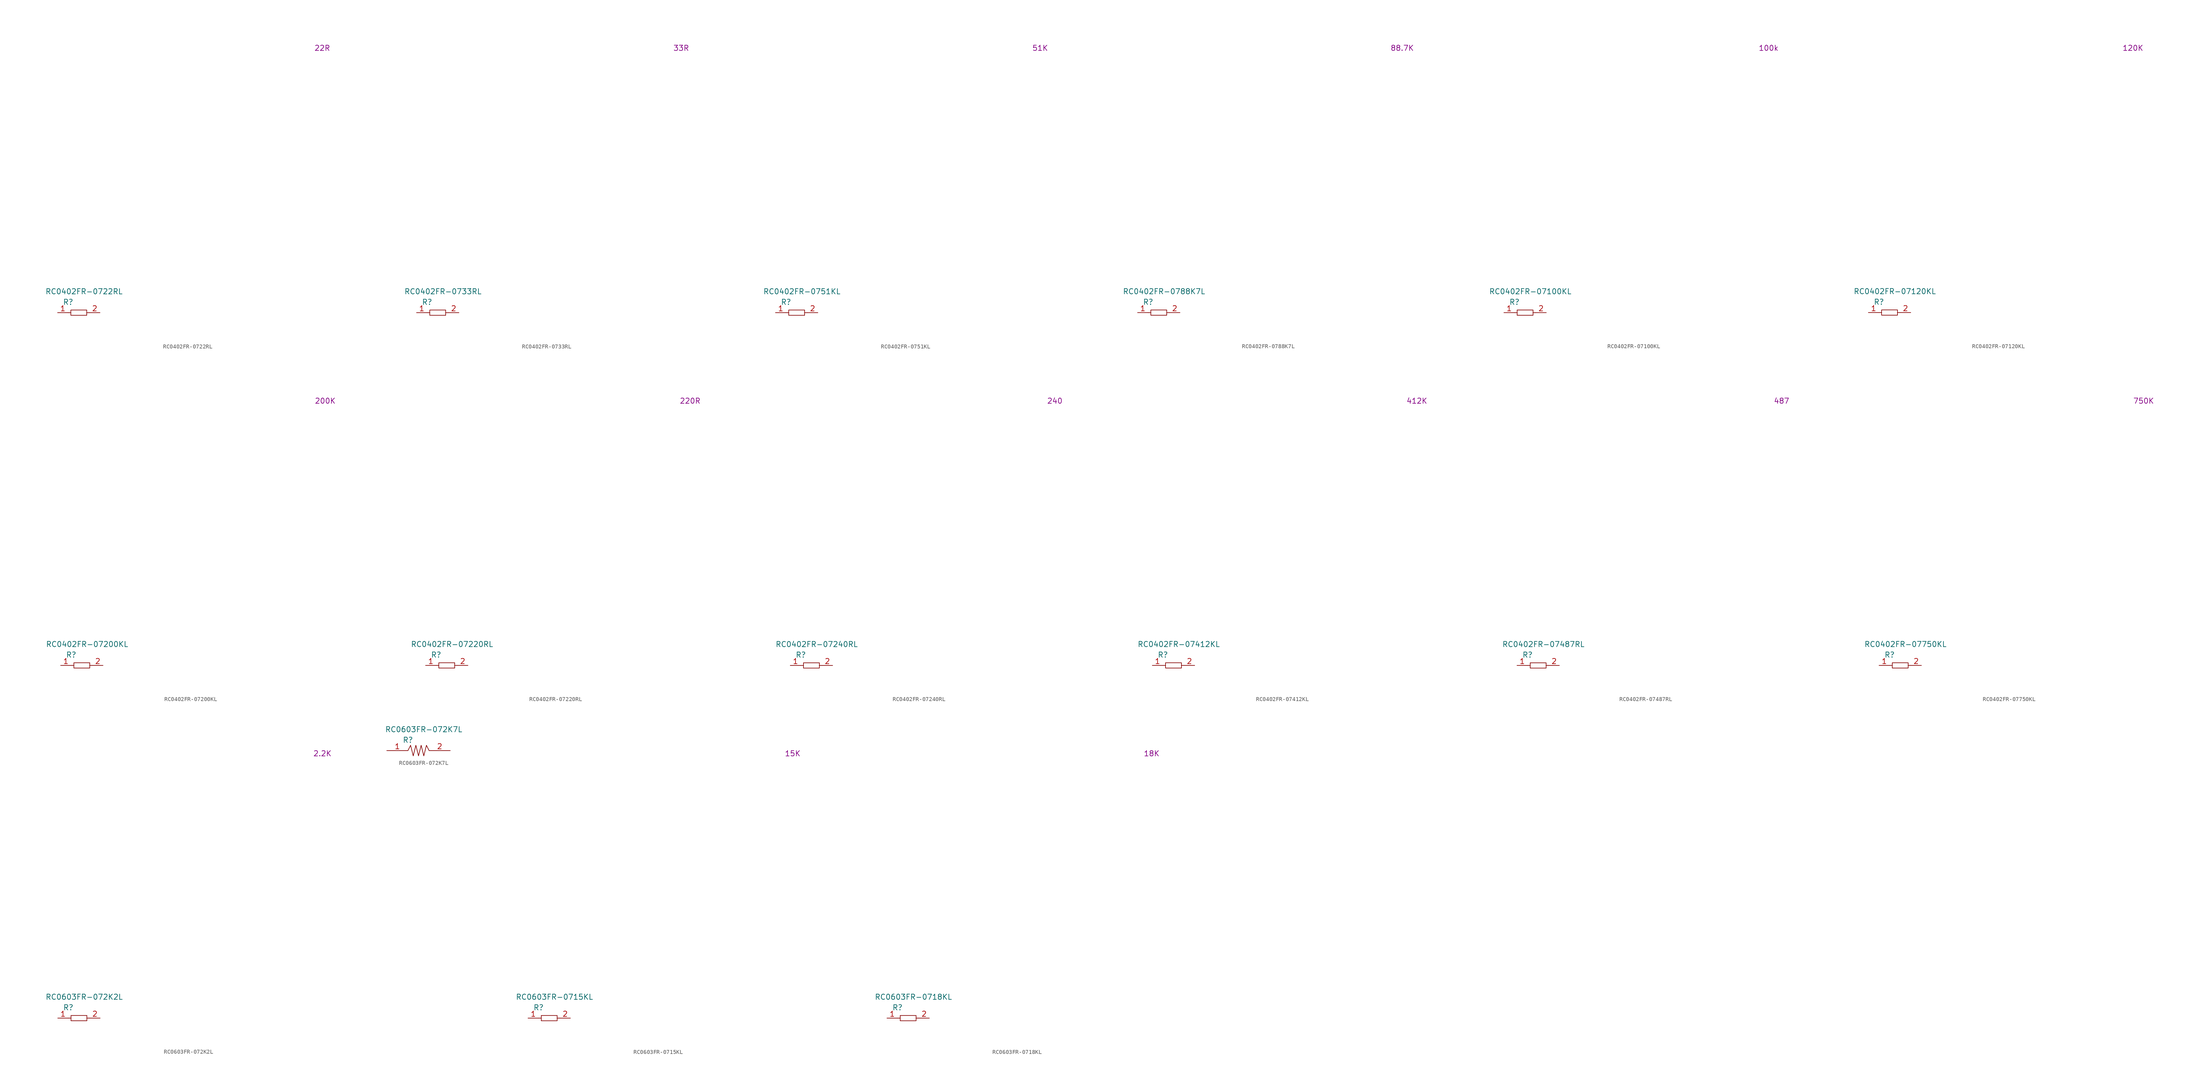
<source format=kicad_sym>
(kicad_symbol_lib
  (version 20231120)
  (generator "kicad_symbol_editor")
  (generator_version "8.0")
  (symbol "RC0402FR-0722RL"
    (pin_names
      (offset 1.016))
    (property "Reference" "R"
      (at -2.54 2.54 0)
      (effects (font (size 1.27 1.27))))
    (property "Value" "RC0402FR-0722RL"
      (at 1.27 5.08 0)
      (effects (font (size 1.27 1.27))))
    (property "_Value_" "22R"
      (at 58.42 63.5 0)
      (effects (font (size 1.27 1.27))))
    (symbol "RC0402FR-0722RL_0_1"
      (rectangle (start -1.905 0.635) (end 1.905 -0.635) (stroke (width 0) (type default)) (fill (type none)))
      (polyline (pts (xy -2.54 0) (xy -1.905 0)) (stroke (width 0) (type default)) (fill (type none)))
      (polyline (pts (xy -1.905 0) (xy -1.905 0)) (stroke (width 0) (type default)) (fill (type none)))
      (polyline (pts (xy 1.905 0) (xy 1.905 0)) (stroke (width 0) (type default)) (fill (type none)))
      (polyline (pts (xy 2.54 0) (xy 1.905 0)) (stroke (width 0) (type default)) (fill (type none))))
    (symbol "RC0402FR-0722RL_1_1"
      (pin passive line (at -5.08 0 0) (length 2.515) (name "~" (effects (font (size 1.27 1.27)))) (number "1" (effects (font (size 1.27 1.27)))))
      (pin passive line (at 5.08 0 180) (length 2.515) (name "~" (effects (font (size 1.27 1.27)))) (number "2" (effects (font (size 1.27 1.27)))))))
  (symbol "RC0402FR-0733RL"
    (pin_names
      (offset 1.016))
    (property "Reference" "R"
      (at -2.54 2.54 0)
      (effects (font (size 1.27 1.27))))
    (property "Value" "RC0402FR-0733RL"
      (at 1.27 5.08 0)
      (effects (font (size 1.27 1.27))))
    (property "_Value_" "33R"
      (at 58.42 63.5 0)
      (effects (font (size 1.27 1.27))))
    (symbol "RC0402FR-0733RL_0_1"
      (rectangle (start -1.905 0.635) (end 1.905 -0.635) (stroke (width 0) (type default)) (fill (type none)))
      (polyline (pts (xy -2.54 0) (xy -1.905 0)) (stroke (width 0) (type default)) (fill (type none)))
      (polyline (pts (xy -1.905 0) (xy -1.905 0)) (stroke (width 0) (type default)) (fill (type none)))
      (polyline (pts (xy 1.905 0) (xy 1.905 0)) (stroke (width 0) (type default)) (fill (type none)))
      (polyline (pts (xy 2.54 0) (xy 1.905 0)) (stroke (width 0) (type default)) (fill (type none))))
    (symbol "RC0402FR-0733RL_1_1"
      (pin passive line (at -5.08 0 0) (length 2.515) (name "~" (effects (font (size 1.27 1.27)))) (number "1" (effects (font (size 1.27 1.27)))))
      (pin passive line (at 5.08 0 180) (length 2.515) (name "~" (effects (font (size 1.27 1.27)))) (number "2" (effects (font (size 1.27 1.27)))))))
  (symbol "RC0402FR-0751KL"
    (pin_names
      (offset 1.016))
    (property "Reference" "R"
      (at -2.54 2.54 0)
      (effects (font (size 1.27 1.27))))
    (property "Value" "RC0402FR-0751KL"
      (at 1.27 5.08 0)
      (effects (font (size 1.27 1.27))))
    (property "_Value_" "51K"
      (at 58.42 63.5 0)
      (effects (font (size 1.27 1.27))))
    (symbol "RC0402FR-0751KL_0_1"
      (rectangle (start -1.905 0.635) (end 1.905 -0.635) (stroke (width 0) (type default)) (fill (type none)))
      (polyline (pts (xy -2.54 0) (xy -1.905 0)) (stroke (width 0) (type default)) (fill (type none)))
      (polyline (pts (xy -1.905 0) (xy -1.905 0)) (stroke (width 0) (type default)) (fill (type none)))
      (polyline (pts (xy 1.905 0) (xy 1.905 0)) (stroke (width 0) (type default)) (fill (type none)))
      (polyline (pts (xy 2.54 0) (xy 1.905 0)) (stroke (width 0) (type default)) (fill (type none))))
    (symbol "RC0402FR-0751KL_1_1"
      (pin passive line (at -5.08 0 0) (length 2.515) (name "~" (effects (font (size 1.27 1.27)))) (number "1" (effects (font (size 1.27 1.27)))))
      (pin passive line (at 5.08 0 180) (length 2.515) (name "~" (effects (font (size 1.27 1.27)))) (number "2" (effects (font (size 1.27 1.27)))))))
  (symbol "RC0402FR-0788K7L"
    (pin_names
      (offset 1.016))
    (property "Reference" "R"
      (at -2.54 2.54 0)
      (effects (font (size 1.27 1.27))))
    (property "Value" "RC0402FR-0788K7L"
      (at 1.27 5.08 0)
      (effects (font (size 1.27 1.27))))
    (property "_Value_" "88.7K"
      (at 58.42 63.5 0)
      (effects (font (size 1.27 1.27))))
    (symbol "RC0402FR-0788K7L_0_1"
      (rectangle (start -1.905 0.635) (end 1.905 -0.635) (stroke (width 0) (type default)) (fill (type none)))
      (polyline (pts (xy -2.54 0) (xy -1.905 0)) (stroke (width 0) (type default)) (fill (type none)))
      (polyline (pts (xy -1.905 0) (xy -1.905 0)) (stroke (width 0) (type default)) (fill (type none)))
      (polyline (pts (xy 1.905 0) (xy 1.905 0)) (stroke (width 0) (type default)) (fill (type none)))
      (polyline (pts (xy 2.54 0) (xy 1.905 0)) (stroke (width 0) (type default)) (fill (type none))))
    (symbol "RC0402FR-0788K7L_1_1"
      (pin passive line (at -5.08 0 0) (length 2.515) (name "~" (effects (font (size 1.27 1.27)))) (number "1" (effects (font (size 1.27 1.27)))))
      (pin passive line (at 5.08 0 180) (length 2.515) (name "~" (effects (font (size 1.27 1.27)))) (number "2" (effects (font (size 1.27 1.27)))))))
  (symbol "RC0402FR-07100KL"
    (pin_names
      (offset 1.016))
    (property "Reference" "R"
      (at -2.54 2.54 0)
      (effects (font (size 1.27 1.27))))
    (property "Value" "RC0402FR-07100KL"
      (at 1.27 5.08 0)
      (effects (font (size 1.27 1.27))))
    (property "_Value_" "100k"
      (at 58.42 63.5 0)
      (effects (font (size 1.27 1.27))))
    (symbol "RC0402FR-07100KL_0_1"
      (rectangle (start -1.905 0.635) (end 1.905 -0.635) (stroke (width 0) (type default)) (fill (type none)))
      (polyline (pts (xy -2.54 0) (xy -1.905 0)) (stroke (width 0) (type default)) (fill (type none)))
      (polyline (pts (xy -1.905 0) (xy -1.905 0)) (stroke (width 0) (type default)) (fill (type none)))
      (polyline (pts (xy 1.905 0) (xy 1.905 0)) (stroke (width 0) (type default)) (fill (type none)))
      (polyline (pts (xy 2.54 0) (xy 1.905 0)) (stroke (width 0) (type default)) (fill (type none))))
    (symbol "RC0402FR-07100KL_1_1"
      (pin passive line (at -5.08 0 0) (length 2.515) (name "~" (effects (font (size 1.27 1.27)))) (number "1" (effects (font (size 1.27 1.27)))))
      (pin passive line (at 5.08 0 180) (length 2.515) (name "~" (effects (font (size 1.27 1.27)))) (number "2" (effects (font (size 1.27 1.27)))))))
  (symbol "RC0402FR-07120KL"
    (pin_names
      (offset 1.016))
    (property "Reference" "R"
      (at -2.54 2.54 0)
      (effects (font (size 1.27 1.27))))
    (property "Value" "RC0402FR-07120KL"
      (at 1.27 5.08 0)
      (effects (font (size 1.27 1.27))))
    (property "_Value_" "120K"
      (at 58.42 63.5 0)
      (effects (font (size 1.27 1.27))))
    (symbol "RC0402FR-07120KL_0_1"
      (rectangle (start -1.905 0.635) (end 1.905 -0.635) (stroke (width 0) (type default)) (fill (type none)))
      (polyline (pts (xy -2.54 0) (xy -1.905 0)) (stroke (width 0) (type default)) (fill (type none)))
      (polyline (pts (xy -1.905 0) (xy -1.905 0)) (stroke (width 0) (type default)) (fill (type none)))
      (polyline (pts (xy 1.905 0) (xy 1.905 0)) (stroke (width 0) (type default)) (fill (type none)))
      (polyline (pts (xy 2.54 0) (xy 1.905 0)) (stroke (width 0) (type default)) (fill (type none))))
    (symbol "RC0402FR-07120KL_1_1"
      (pin passive line (at -5.08 0 0) (length 2.515) (name "~" (effects (font (size 1.27 1.27)))) (number "1" (effects (font (size 1.27 1.27)))))
      (pin passive line (at 5.08 0 180) (length 2.515) (name "~" (effects (font (size 1.27 1.27)))) (number "2" (effects (font (size 1.27 1.27)))))))
  (symbol "RC0402FR-07200KL"
    (pin_names
      (offset 1.016))
    (property "Reference" "R"
      (at -2.54 2.54 0)
      (effects (font (size 1.27 1.27))))
    (property "Value" "RC0402FR-07200KL"
      (at 1.27 5.08 0)
      (effects (font (size 1.27 1.27))))
    (property "_Value_" "200K"
      (at 58.42 63.5 0)
      (effects (font (size 1.27 1.27))))
    (symbol "RC0402FR-07200KL_0_1"
      (rectangle (start -1.905 0.635) (end 1.905 -0.635) (stroke (width 0) (type default)) (fill (type none)))
      (polyline (pts (xy -2.54 0) (xy -1.905 0)) (stroke (width 0) (type default)) (fill (type none)))
      (polyline (pts (xy -1.905 0) (xy -1.905 0)) (stroke (width 0) (type default)) (fill (type none)))
      (polyline (pts (xy 1.905 0) (xy 1.905 0)) (stroke (width 0) (type default)) (fill (type none)))
      (polyline (pts (xy 2.54 0) (xy 1.905 0)) (stroke (width 0) (type default)) (fill (type none))))
    (symbol "RC0402FR-07200KL_1_1"
      (pin passive line (at -5.08 0 0) (length 2.515) (name "~" (effects (font (size 1.27 1.27)))) (number "1" (effects (font (size 1.27 1.27)))))
      (pin passive line (at 5.08 0 180) (length 2.515) (name "~" (effects (font (size 1.27 1.27)))) (number "2" (effects (font (size 1.27 1.27)))))))
  (symbol "RC0402FR-07220RL"
    (pin_names
      (offset 1.016))
    (property "Reference" "R"
      (at -2.54 2.54 0)
      (effects (font (size 1.27 1.27))))
    (property "Value" "RC0402FR-07220RL"
      (at 1.27 5.08 0)
      (effects (font (size 1.27 1.27))))
    (property "_Value_" "220R"
      (at 58.42 63.5 0)
      (effects (font (size 1.27 1.27))))
    (symbol "RC0402FR-07220RL_0_1"
      (rectangle (start -1.905 0.635) (end 1.905 -0.635) (stroke (width 0) (type default)) (fill (type none)))
      (polyline (pts (xy -2.54 0) (xy -1.905 0)) (stroke (width 0) (type default)) (fill (type none)))
      (polyline (pts (xy -1.905 0) (xy -1.905 0)) (stroke (width 0) (type default)) (fill (type none)))
      (polyline (pts (xy 1.905 0) (xy 1.905 0)) (stroke (width 0) (type default)) (fill (type none)))
      (polyline (pts (xy 2.54 0) (xy 1.905 0)) (stroke (width 0) (type default)) (fill (type none))))
    (symbol "RC0402FR-07220RL_1_1"
      (pin passive line (at -5.08 0 0) (length 2.515) (name "~" (effects (font (size 1.27 1.27)))) (number "1" (effects (font (size 1.27 1.27)))))
      (pin passive line (at 5.08 0 180) (length 2.515) (name "~" (effects (font (size 1.27 1.27)))) (number "2" (effects (font (size 1.27 1.27)))))))
  (symbol "RC0402FR-07240RL"
    (pin_names
      (offset 1.016))
    (property "Reference" "R"
      (at -2.54 2.54 0)
      (effects (font (size 1.27 1.27))))
    (property "Value" "RC0402FR-07240RL"
      (at 1.27 5.08 0)
      (effects (font (size 1.27 1.27))))
    (property "_Value_" "240"
      (at 58.42 63.5 0)
      (effects (font (size 1.27 1.27))))
    (symbol "RC0402FR-07240RL_1_1"
      (rectangle (start -1.905 0.635) (end 1.905 -0.635) (stroke (width 0) (type default)) (fill (type none)))
      (polyline (pts (xy -2.54 0) (xy -1.905 0)) (stroke (width 0) (type default)) (fill (type none)))
      (polyline (pts (xy -1.905 0) (xy -1.905 0)) (stroke (width 0) (type default)) (fill (type none)))
      (polyline (pts (xy 1.905 0) (xy 1.905 0)) (stroke (width 0) (type default)) (fill (type none)))
      (polyline (pts (xy 2.54 0) (xy 1.905 0)) (stroke (width 0) (type default)) (fill (type none)))
      (pin passive line (at -5.08 0 0) (length 2.515) (name "~" (effects (font (size 1.27 1.27)))) (number "1" (effects (font (size 1.27 1.27)))))
      (pin passive line (at 5.08 0 180) (length 2.515) (name "~" (effects (font (size 1.27 1.27)))) (number "2" (effects (font (size 1.27 1.27)))))))
  (symbol "RC0402FR-07412KL"
    (pin_names
      (offset 1.016))
    (property "Reference" "R"
      (at -2.54 2.54 0)
      (effects (font (size 1.27 1.27))))
    (property "Value" "RC0402FR-07412KL"
      (at 1.27 5.08 0)
      (effects (font (size 1.27 1.27))))
    (property "_Value_" "412K"
      (at 58.42 63.5 0)
      (effects (font (size 1.27 1.27))))
    (symbol "RC0402FR-07412KL_0_1"
      (rectangle (start -1.905 0.635) (end 1.905 -0.635) (stroke (width 0) (type default)) (fill (type none)))
      (polyline (pts (xy -2.54 0) (xy -1.905 0)) (stroke (width 0) (type default)) (fill (type none)))
      (polyline (pts (xy -1.905 0) (xy -1.905 0)) (stroke (width 0) (type default)) (fill (type none)))
      (polyline (pts (xy 1.905 0) (xy 1.905 0)) (stroke (width 0) (type default)) (fill (type none)))
      (polyline (pts (xy 2.54 0) (xy 1.905 0)) (stroke (width 0) (type default)) (fill (type none))))
    (symbol "RC0402FR-07412KL_1_1"
      (pin passive line (at -5.08 0 0) (length 2.515) (name "~" (effects (font (size 1.27 1.27)))) (number "1" (effects (font (size 1.27 1.27)))))
      (pin passive line (at 5.08 0 180) (length 2.515) (name "~" (effects (font (size 1.27 1.27)))) (number "2" (effects (font (size 1.27 1.27)))))))
  (symbol "RC0402FR-07487RL"
    (pin_names
      (offset 1.016))
    (property "Reference" "R"
      (at -2.54 2.54 0)
      (effects (font (size 1.27 1.27))))
    (property "Value" "RC0402FR-07487RL"
      (at 1.27 5.08 0)
      (effects (font (size 1.27 1.27))))
    (property "_Value_" "487"
      (at 58.42 63.5 0)
      (effects (font (size 1.27 1.27))))
    (symbol "RC0402FR-07487RL_0_1"
      (rectangle (start -1.905 0.635) (end 1.905 -0.635) (stroke (width 0) (type default)) (fill (type none)))
      (polyline (pts (xy -2.54 0) (xy -1.905 0)) (stroke (width 0) (type default)) (fill (type none)))
      (polyline (pts (xy -1.905 0) (xy -1.905 0)) (stroke (width 0) (type default)) (fill (type none)))
      (polyline (pts (xy 1.905 0) (xy 1.905 0)) (stroke (width 0) (type default)) (fill (type none)))
      (polyline (pts (xy 2.54 0) (xy 1.905 0)) (stroke (width 0) (type default)) (fill (type none))))
    (symbol "RC0402FR-07487RL_1_1"
      (pin passive line (at -5.08 0 0) (length 2.515) (name "~" (effects (font (size 1.27 1.27)))) (number "1" (effects (font (size 1.27 1.27)))))
      (pin passive line (at 5.08 0 180) (length 2.515) (name "~" (effects (font (size 1.27 1.27)))) (number "2" (effects (font (size 1.27 1.27)))))))
  (symbol "RC0402FR-07750KL"
    (pin_names
      (offset 1.016))
    (property "Reference" "R"
      (at -2.54 2.54 0)
      (effects (font (size 1.27 1.27))))
    (property "Value" "RC0402FR-07750KL"
      (at 1.27 5.08 0)
      (effects (font (size 1.27 1.27))))
    (property "_Value_" "750K"
      (at 58.42 63.5 0)
      (effects (font (size 1.27 1.27))))
    (symbol "RC0402FR-07750KL_0_1"
      (rectangle (start -1.905 0.635) (end 1.905 -0.635) (stroke (width 0) (type default)) (fill (type none)))
      (polyline (pts (xy -2.54 0) (xy -1.905 0)) (stroke (width 0) (type default)) (fill (type none)))
      (polyline (pts (xy -1.905 0) (xy -1.905 0)) (stroke (width 0) (type default)) (fill (type none)))
      (polyline (pts (xy 1.905 0) (xy 1.905 0)) (stroke (width 0) (type default)) (fill (type none)))
      (polyline (pts (xy 2.54 0) (xy 1.905 0)) (stroke (width 0) (type default)) (fill (type none))))
    (symbol "RC0402FR-07750KL_1_1"
      (pin passive line (at -5.08 0 0) (length 2.515) (name "~" (effects (font (size 1.27 1.27)))) (number "1" (effects (font (size 1.27 1.27)))))
      (pin passive line (at 5.08 0 180) (length 2.515) (name "~" (effects (font (size 1.27 1.27)))) (number "2" (effects (font (size 1.27 1.27)))))))
  (symbol "RC0603FR-072K2L"
    (pin_names
      (offset 1.016))
    (property "Reference" "R"
      (at -2.54 2.54 0)
      (effects (font (size 1.27 1.27))))
    (property "Value" "RC0603FR-072K2L"
      (at 1.27 5.08 0)
      (effects (font (size 1.27 1.27))))
    (property "_Value_" "2.2K"
      (at 58.42 63.5 0)
      (effects (font (size 1.27 1.27))))
    (symbol "RC0603FR-072K2L_0_1"
      (rectangle (start -1.905 0.635) (end 1.905 -0.635) (stroke (width 0) (type default)) (fill (type none)))
      (polyline (pts (xy -2.54 0) (xy -1.905 0)) (stroke (width 0) (type default)) (fill (type none)))
      (polyline (pts (xy -1.905 0) (xy -1.905 0)) (stroke (width 0) (type default)) (fill (type none)))
      (polyline (pts (xy 1.905 0) (xy 1.905 0)) (stroke (width 0) (type default)) (fill (type none)))
      (polyline (pts (xy 2.54 0) (xy 1.905 0)) (stroke (width 0) (type default)) (fill (type none))))
    (symbol "RC0603FR-072K2L_1_1"
      (pin passive line (at -5.08 0 0) (length 2.515) (name "~" (effects (font (size 1.27 1.27)))) (number "1" (effects (font (size 1.27 1.27)))))
      (pin passive line (at 5.08 0 180) (length 2.515) (name "~" (effects (font (size 1.27 1.27)))) (number "2" (effects (font (size 1.27 1.27)))))))
  (symbol "RC0603FR-072K7L"
    (pin_names
      (offset 1.016))
    (property "Reference" "R"
      (at -2.54 2.54 0)
      (effects (font (size 1.27 1.27))))
    (property "Value" "RC0603FR-072K7L"
      (at 1.27 5.08 0)
      (effects (font (size 1.27 1.27))))
    (symbol "RC0603FR-072K7L_1_1"
      (polyline (pts (xy -2.54 0) (xy -1.905 1.27) (xy -1.27 -1.27) (xy -0.635 1.27) (xy 0 -1.27) (xy 0.635 1.27) (xy 1.27 -1.27) (xy 1.905 1.27) (xy 2.54 0)) (stroke (width 0) (type default)) (fill (type none)))
      (pin passive line (at -7.62 0 0) (length 5.08) (name "~" (effects (font (size 1.27 1.27)))) (number "1" (effects (font (size 1.27 1.27)))))
      (pin passive line (at 7.62 0 180) (length 5.08) (name "~" (effects (font (size 1.27 1.27)))) (number "2" (effects (font (size 1.27 1.27)))))))
  (symbol "RC0603FR-0715KL"
    (pin_names
      (offset 1.016))
    (property "Reference" "R"
      (at -2.54 2.54 0)
      (effects (font (size 1.27 1.27))))
    (property "Value" "RC0603FR-0715KL"
      (at 1.27 5.08 0)
      (effects (font (size 1.27 1.27))))
    (property "_Value_" "15K"
      (at 58.42 63.5 0)
      (effects (font (size 1.27 1.27))))
    (symbol "RC0603FR-0715KL_0_1"
      (rectangle (start -1.905 0.635) (end 1.905 -0.635) (stroke (width 0) (type default)) (fill (type none)))
      (polyline (pts (xy -2.54 0) (xy -1.905 0)) (stroke (width 0) (type default)) (fill (type none)))
      (polyline (pts (xy -1.905 0) (xy -1.905 0)) (stroke (width 0) (type default)) (fill (type none)))
      (polyline (pts (xy 1.905 0) (xy 1.905 0)) (stroke (width 0) (type default)) (fill (type none)))
      (polyline (pts (xy 2.54 0) (xy 1.905 0)) (stroke (width 0) (type default)) (fill (type none))))
    (symbol "RC0603FR-0715KL_1_1"
      (pin passive line (at -5.08 0 0) (length 2.515) (name "~" (effects (font (size 1.27 1.27)))) (number "1" (effects (font (size 1.27 1.27)))))
      (pin passive line (at 5.08 0 180) (length 2.515) (name "~" (effects (font (size 1.27 1.27)))) (number "2" (effects (font (size 1.27 1.27)))))))
  (symbol "RC0603FR-0718KL"
    (pin_names
      (offset 1.016))
    (property "Reference" "R"
      (at -2.54 2.54 0)
      (effects (font (size 1.27 1.27))))
    (property "Value" "RC0603FR-0718KL"
      (at 1.27 5.08 0)
      (effects (font (size 1.27 1.27))))
    (property "_Value_" "18K"
      (at 58.42 63.5 0)
      (effects (font (size 1.27 1.27))))
    (symbol "RC0603FR-0718KL_0_1"
      (rectangle (start -1.905 0.635) (end 1.905 -0.635) (stroke (width 0) (type default)) (fill (type none)))
      (polyline (pts (xy -2.54 0) (xy -1.905 0)) (stroke (width 0) (type default)) (fill (type none)))
      (polyline (pts (xy -1.905 0) (xy -1.905 0)) (stroke (width 0) (type default)) (fill (type none)))
      (polyline (pts (xy 1.905 0) (xy 1.905 0)) (stroke (width 0) (type default)) (fill (type none)))
      (polyline (pts (xy 2.54 0) (xy 1.905 0)) (stroke (width 0) (type default)) (fill (type none))))
    (symbol "RC0603FR-0718KL_1_1"
      (pin passive line (at -5.08 0 0) (length 2.515) (name "~" (effects (font (size 1.27 1.27)))) (number "1" (effects (font (size 1.27 1.27)))))
      (pin passive line (at 5.08 0 180) (length 2.515) (name "~" (effects (font (size 1.27 1.27)))) (number "2" (effects (font (size 1.27 1.27))))))))
</source>
